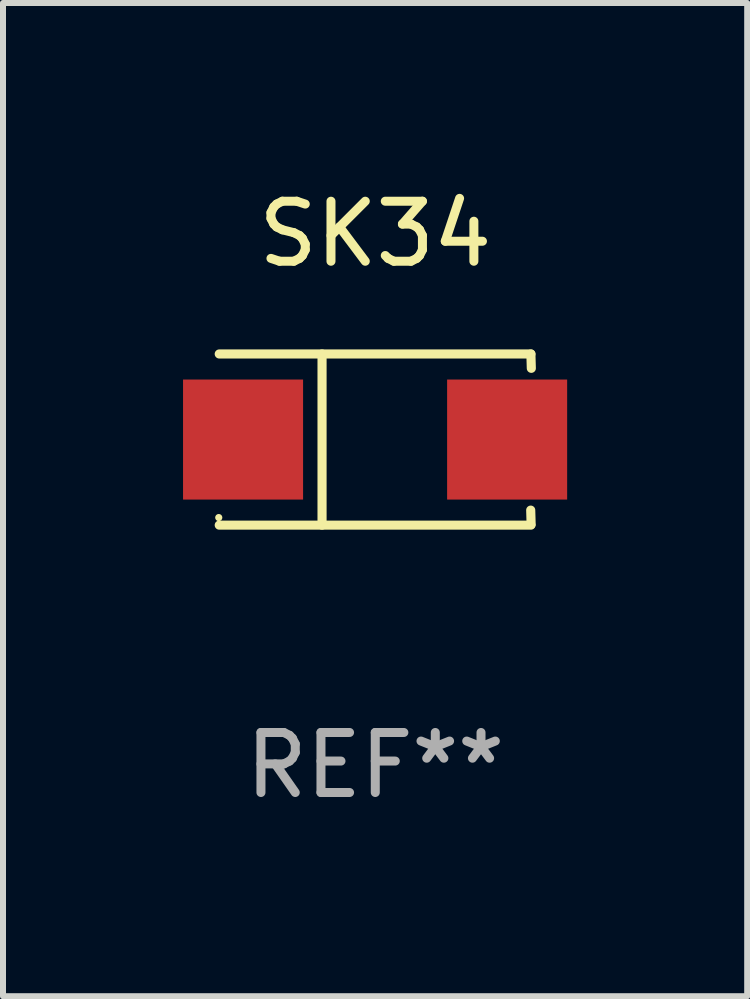
<source format=kicad_pcb>
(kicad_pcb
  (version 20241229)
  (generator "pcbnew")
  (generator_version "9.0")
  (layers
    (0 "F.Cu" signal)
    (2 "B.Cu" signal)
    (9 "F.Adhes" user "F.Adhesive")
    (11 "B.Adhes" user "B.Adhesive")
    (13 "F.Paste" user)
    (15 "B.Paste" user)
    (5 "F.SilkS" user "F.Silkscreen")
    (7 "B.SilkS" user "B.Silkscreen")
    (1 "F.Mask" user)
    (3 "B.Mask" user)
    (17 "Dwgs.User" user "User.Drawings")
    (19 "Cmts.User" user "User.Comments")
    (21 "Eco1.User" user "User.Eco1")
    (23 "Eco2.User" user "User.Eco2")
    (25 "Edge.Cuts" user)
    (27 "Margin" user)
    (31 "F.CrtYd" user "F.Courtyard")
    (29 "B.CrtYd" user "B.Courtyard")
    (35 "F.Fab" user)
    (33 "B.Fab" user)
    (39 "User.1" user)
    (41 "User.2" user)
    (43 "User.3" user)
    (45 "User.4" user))
  (footprint "SK34"
    (layer "F.Cu")
    (at 3.203 4.274)
    (property "Reference" "SK34" (at 0 -3.426 0) (layer "F.SilkS") (effects (font (size 1 1) (thickness 0.15))))
    (attr through_hole)
    (fp_line (start -2.6 -1.426) (end 2.593 -1.426) (stroke (width 0.152) (type solid)) (layer "F.SilkS"))
    (fp_line (start -2.6 1.426) (end 2.593 1.426) (stroke (width 0.152) (type solid)) (layer "F.SilkS"))
    (fp_line (start -0.887 -1.426) (end -0.887 1.426) (stroke (width 0.152) (type solid)) (layer "F.SilkS"))
    (fp_line (start 2.59 1.176) (end 2.597 1.415) (stroke (width 0.152) (type solid)) (layer "F.SilkS"))
    (fp_line (start 2.593 -1.426) (end 2.6 -1.187) (stroke (width 0.152) (type solid)) (layer "F.SilkS"))
    (fp_circle (center -2.608 1.3) (end -2.578 1.3) (stroke (width 0.06) (type solid)) (fill no) (layer "F.SilkS"))
    (fp_text user "REF**" (at 0 5.426 0) (layer "F.Fab") (effects (font (size 1 1) (thickness 0.15))))
    (pad "1" smd rect (at -2.203 0 180) (size 2 2) (layers "F.Cu" "F.Mask" "F.Paste"))
    (pad "2" smd rect (at 2.197 0 180) (size 2 2) (layers "F.Cu" "F.Mask" "F.Paste")))
  (gr_rect
    (start -3 -3)
    (end 9.4 13.549)
    (stroke (width 0.1) (type default))
    (fill no)
    (layer "Edge.Cuts")))
</source>
